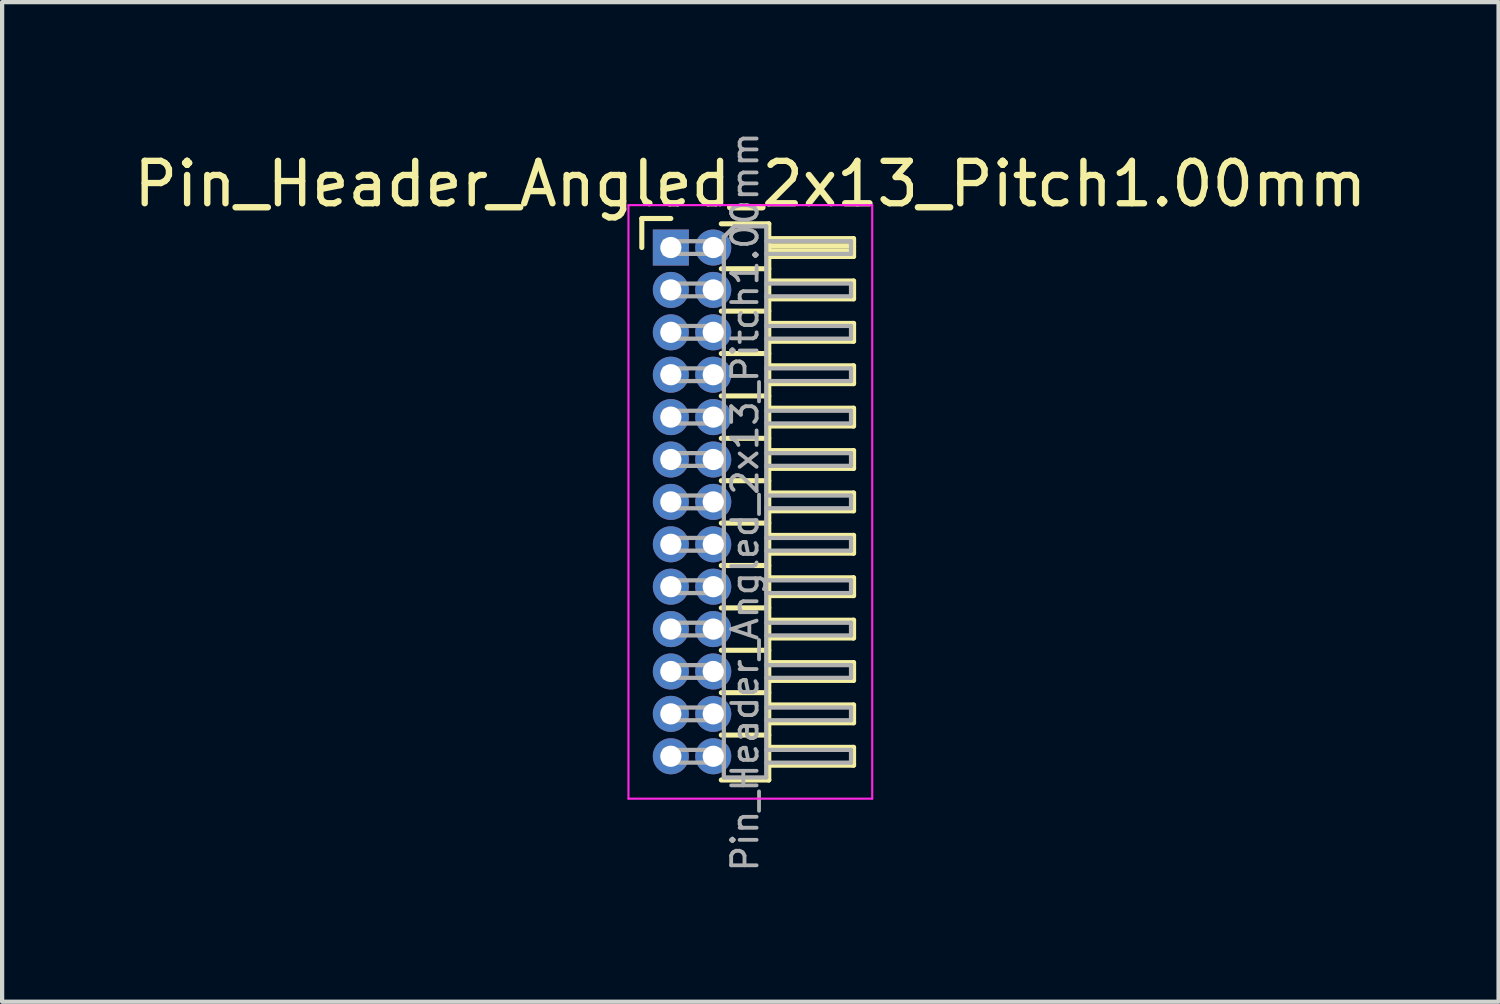
<source format=kicad_pcb>
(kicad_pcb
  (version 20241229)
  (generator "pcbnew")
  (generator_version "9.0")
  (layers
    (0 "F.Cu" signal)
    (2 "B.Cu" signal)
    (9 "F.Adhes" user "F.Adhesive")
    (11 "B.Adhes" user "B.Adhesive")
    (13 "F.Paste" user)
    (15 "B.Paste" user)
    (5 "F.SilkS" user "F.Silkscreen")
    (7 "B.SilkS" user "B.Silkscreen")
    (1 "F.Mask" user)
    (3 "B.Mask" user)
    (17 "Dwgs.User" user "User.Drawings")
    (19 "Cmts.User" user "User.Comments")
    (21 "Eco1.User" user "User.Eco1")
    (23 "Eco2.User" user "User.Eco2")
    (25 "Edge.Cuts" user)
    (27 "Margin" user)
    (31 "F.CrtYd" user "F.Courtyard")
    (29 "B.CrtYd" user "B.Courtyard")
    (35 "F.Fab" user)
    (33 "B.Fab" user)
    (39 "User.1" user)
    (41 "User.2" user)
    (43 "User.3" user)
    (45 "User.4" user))
  (footprint "Pin_Header_Angled_2x13_Pitch1.00mm"
    (layer "F.Cu")
    (at 12.774 2.789)
    (property "Reference" "Pin_Header_Angled_2x13_Pitch1.00mm" (at 1.875 -1.5 0) (layer "F.SilkS") (effects (font (size 1 1) (thickness 0.15))))
    (attr through_hole)
    (fp_line (start -0.685 -0.685) (end 0 -0.685) (stroke (width 0.12) (type solid)) (layer "F.SilkS"))
    (fp_line (start -0.685 0) (end -0.685 -0.685) (stroke (width 0.12) (type solid)) (layer "F.SilkS"))
    (fp_line (start 1.19 -0.56) (end 2.31 -0.56) (stroke (width 0.12) (type solid)) (layer "F.SilkS"))
    (fp_line (start 1.19 0.5) (end 2.31 0.5) (stroke (width 0.12) (type solid)) (layer "F.SilkS"))
    (fp_line (start 1.19 1.5) (end 2.31 1.5) (stroke (width 0.12) (type solid)) (layer "F.SilkS"))
    (fp_line (start 1.19 2.5) (end 2.31 2.5) (stroke (width 0.12) (type solid)) (layer "F.SilkS"))
    (fp_line (start 1.19 3.5) (end 2.31 3.5) (stroke (width 0.12) (type solid)) (layer "F.SilkS"))
    (fp_line (start 1.19 4.5) (end 2.31 4.5) (stroke (width 0.12) (type solid)) (layer "F.SilkS"))
    (fp_line (start 1.19 5.5) (end 2.31 5.5) (stroke (width 0.12) (type solid)) (layer "F.SilkS"))
    (fp_line (start 1.19 6.5) (end 2.31 6.5) (stroke (width 0.12) (type solid)) (layer "F.SilkS"))
    (fp_line (start 1.19 7.5) (end 2.31 7.5) (stroke (width 0.12) (type solid)) (layer "F.SilkS"))
    (fp_line (start 1.19 8.5) (end 2.31 8.5) (stroke (width 0.12) (type solid)) (layer "F.SilkS"))
    (fp_line (start 1.19 9.5) (end 2.31 9.5) (stroke (width 0.12) (type solid)) (layer "F.SilkS"))
    (fp_line (start 1.19 10.5) (end 2.31 10.5) (stroke (width 0.12) (type solid)) (layer "F.SilkS"))
    (fp_line (start 1.19 11.5) (end 2.31 11.5) (stroke (width 0.12) (type solid)) (layer "F.SilkS"))
    (fp_line (start 2.31 -0.56) (end 2.31 12.56) (stroke (width 0.12) (type solid)) (layer "F.SilkS"))
    (fp_line (start 2.31 -0.21) (end 4.31 -0.21) (stroke (width 0.12) (type solid)) (layer "F.SilkS"))
    (fp_line (start 2.31 -0.15) (end 4.31 -0.15) (stroke (width 0.12) (type solid)) (layer "F.SilkS"))
    (fp_line (start 2.31 -0.03) (end 4.31 -0.03) (stroke (width 0.12) (type solid)) (layer "F.SilkS"))
    (fp_line (start 2.31 0.09) (end 4.31 0.09) (stroke (width 0.12) (type solid)) (layer "F.SilkS"))
    (fp_line (start 2.31 0.79) (end 4.31 0.79) (stroke (width 0.12) (type solid)) (layer "F.SilkS"))
    (fp_line (start 2.31 1.79) (end 4.31 1.79) (stroke (width 0.12) (type solid)) (layer "F.SilkS"))
    (fp_line (start 2.31 2.79) (end 4.31 2.79) (stroke (width 0.12) (type solid)) (layer "F.SilkS"))
    (fp_line (start 2.31 3.79) (end 4.31 3.79) (stroke (width 0.12) (type solid)) (layer "F.SilkS"))
    (fp_line (start 2.31 4.79) (end 4.31 4.79) (stroke (width 0.12) (type solid)) (layer "F.SilkS"))
    (fp_line (start 2.31 5.79) (end 4.31 5.79) (stroke (width 0.12) (type solid)) (layer "F.SilkS"))
    (fp_line (start 2.31 6.79) (end 4.31 6.79) (stroke (width 0.12) (type solid)) (layer "F.SilkS"))
    (fp_line (start 2.31 7.79) (end 4.31 7.79) (stroke (width 0.12) (type solid)) (layer "F.SilkS"))
    (fp_line (start 2.31 8.79) (end 4.31 8.79) (stroke (width 0.12) (type solid)) (layer "F.SilkS"))
    (fp_line (start 2.31 9.79) (end 4.31 9.79) (stroke (width 0.12) (type solid)) (layer "F.SilkS"))
    (fp_line (start 2.31 10.79) (end 4.31 10.79) (stroke (width 0.12) (type solid)) (layer "F.SilkS"))
    (fp_line (start 2.31 11.79) (end 4.31 11.79) (stroke (width 0.12) (type solid)) (layer "F.SilkS"))
    (fp_line (start 2.31 12.56) (end 1.19 12.56) (stroke (width 0.12) (type solid)) (layer "F.SilkS"))
    (fp_line (start 4.31 -0.21) (end 4.31 0.21) (stroke (width 0.12) (type solid)) (layer "F.SilkS"))
    (fp_line (start 4.31 0.21) (end 2.31 0.21) (stroke (width 0.12) (type solid)) (layer "F.SilkS"))
    (fp_line (start 4.31 0.79) (end 4.31 1.21) (stroke (width 0.12) (type solid)) (layer "F.SilkS"))
    (fp_line (start 4.31 1.21) (end 2.31 1.21) (stroke (width 0.12) (type solid)) (layer "F.SilkS"))
    (fp_line (start 4.31 1.79) (end 4.31 2.21) (stroke (width 0.12) (type solid)) (layer "F.SilkS"))
    (fp_line (start 4.31 2.21) (end 2.31 2.21) (stroke (width 0.12) (type solid)) (layer "F.SilkS"))
    (fp_line (start 4.31 2.79) (end 4.31 3.21) (stroke (width 0.12) (type solid)) (layer "F.SilkS"))
    (fp_line (start 4.31 3.21) (end 2.31 3.21) (stroke (width 0.12) (type solid)) (layer "F.SilkS"))
    (fp_line (start 4.31 3.79) (end 4.31 4.21) (stroke (width 0.12) (type solid)) (layer "F.SilkS"))
    (fp_line (start 4.31 4.21) (end 2.31 4.21) (stroke (width 0.12) (type solid)) (layer "F.SilkS"))
    (fp_line (start 4.31 4.79) (end 4.31 5.21) (stroke (width 0.12) (type solid)) (layer "F.SilkS"))
    (fp_line (start 4.31 5.21) (end 2.31 5.21) (stroke (width 0.12) (type solid)) (layer "F.SilkS"))
    (fp_line (start 4.31 5.79) (end 4.31 6.21) (stroke (width 0.12) (type solid)) (layer "F.SilkS"))
    (fp_line (start 4.31 6.21) (end 2.31 6.21) (stroke (width 0.12) (type solid)) (layer "F.SilkS"))
    (fp_line (start 4.31 6.79) (end 4.31 7.21) (stroke (width 0.12) (type solid)) (layer "F.SilkS"))
    (fp_line (start 4.31 7.21) (end 2.31 7.21) (stroke (width 0.12) (type solid)) (layer "F.SilkS"))
    (fp_line (start 4.31 7.79) (end 4.31 8.21) (stroke (width 0.12) (type solid)) (layer "F.SilkS"))
    (fp_line (start 4.31 8.21) (end 2.31 8.21) (stroke (width 0.12) (type solid)) (layer "F.SilkS"))
    (fp_line (start 4.31 8.79) (end 4.31 9.21) (stroke (width 0.12) (type solid)) (layer "F.SilkS"))
    (fp_line (start 4.31 9.21) (end 2.31 9.21) (stroke (width 0.12) (type solid)) (layer "F.SilkS"))
    (fp_line (start 4.31 9.79) (end 4.31 10.21) (stroke (width 0.12) (type solid)) (layer "F.SilkS"))
    (fp_line (start 4.31 10.21) (end 2.31 10.21) (stroke (width 0.12) (type solid)) (layer "F.SilkS"))
    (fp_line (start 4.31 10.79) (end 4.31 11.21) (stroke (width 0.12) (type solid)) (layer "F.SilkS"))
    (fp_line (start 4.31 11.21) (end 2.31 11.21) (stroke (width 0.12) (type solid)) (layer "F.SilkS"))
    (fp_line (start 4.31 11.79) (end 4.31 12.21) (stroke (width 0.12) (type solid)) (layer "F.SilkS"))
    (fp_line (start 4.31 12.21) (end 2.31 12.21) (stroke (width 0.12) (type solid)) (layer "F.SilkS"))
    (fp_line (start -1 -1) (end -1 13) (stroke (width 0.05) (type solid)) (layer "F.CrtYd"))
    (fp_line (start -1 13) (end 4.75 13) (stroke (width 0.05) (type solid)) (layer "F.CrtYd"))
    (fp_line (start 4.75 -1) (end -1 -1) (stroke (width 0.05) (type solid)) (layer "F.CrtYd"))
    (fp_line (start 4.75 13) (end 4.75 -1) (stroke (width 0.05) (type solid)) (layer "F.CrtYd"))
    (fp_line (start -0.15 -0.15) (end -0.15 0.15) (stroke (width 0.1) (type solid)) (layer "F.Fab"))
    (fp_line (start -0.15 -0.15) (end 1.25 -0.15) (stroke (width 0.1) (type solid)) (layer "F.Fab"))
    (fp_line (start -0.15 0.15) (end 1.25 0.15) (stroke (width 0.1) (type solid)) (layer "F.Fab"))
    (fp_line (start -0.15 0.85) (end -0.15 1.15) (stroke (width 0.1) (type solid)) (layer "F.Fab"))
    (fp_line (start -0.15 0.85) (end 1.25 0.85) (stroke (width 0.1) (type solid)) (layer "F.Fab"))
    (fp_line (start -0.15 1.15) (end 1.25 1.15) (stroke (width 0.1) (type solid)) (layer "F.Fab"))
    (fp_line (start -0.15 1.85) (end -0.15 2.15) (stroke (width 0.1) (type solid)) (layer "F.Fab"))
    (fp_line (start -0.15 1.85) (end 1.25 1.85) (stroke (width 0.1) (type solid)) (layer "F.Fab"))
    (fp_line (start -0.15 2.15) (end 1.25 2.15) (stroke (width 0.1) (type solid)) (layer "F.Fab"))
    (fp_line (start -0.15 2.85) (end -0.15 3.15) (stroke (width 0.1) (type solid)) (layer "F.Fab"))
    (fp_line (start -0.15 2.85) (end 1.25 2.85) (stroke (width 0.1) (type solid)) (layer "F.Fab"))
    (fp_line (start -0.15 3.15) (end 1.25 3.15) (stroke (width 0.1) (type solid)) (layer "F.Fab"))
    (fp_line (start -0.15 3.85) (end -0.15 4.15) (stroke (width 0.1) (type solid)) (layer "F.Fab"))
    (fp_line (start -0.15 3.85) (end 1.25 3.85) (stroke (width 0.1) (type solid)) (layer "F.Fab"))
    (fp_line (start -0.15 4.15) (end 1.25 4.15) (stroke (width 0.1) (type solid)) (layer "F.Fab"))
    (fp_line (start -0.15 4.85) (end -0.15 5.15) (stroke (width 0.1) (type solid)) (layer "F.Fab"))
    (fp_line (start -0.15 4.85) (end 1.25 4.85) (stroke (width 0.1) (type solid)) (layer "F.Fab"))
    (fp_line (start -0.15 5.15) (end 1.25 5.15) (stroke (width 0.1) (type solid)) (layer "F.Fab"))
    (fp_line (start -0.15 5.85) (end -0.15 6.15) (stroke (width 0.1) (type solid)) (layer "F.Fab"))
    (fp_line (start -0.15 5.85) (end 1.25 5.85) (stroke (width 0.1) (type solid)) (layer "F.Fab"))
    (fp_line (start -0.15 6.15) (end 1.25 6.15) (stroke (width 0.1) (type solid)) (layer "F.Fab"))
    (fp_line (start -0.15 6.85) (end -0.15 7.15) (stroke (width 0.1) (type solid)) (layer "F.Fab"))
    (fp_line (start -0.15 6.85) (end 1.25 6.85) (stroke (width 0.1) (type solid)) (layer "F.Fab"))
    (fp_line (start -0.15 7.15) (end 1.25 7.15) (stroke (width 0.1) (type solid)) (layer "F.Fab"))
    (fp_line (start -0.15 7.85) (end -0.15 8.15) (stroke (width 0.1) (type solid)) (layer "F.Fab"))
    (fp_line (start -0.15 7.85) (end 1.25 7.85) (stroke (width 0.1) (type solid)) (layer "F.Fab"))
    (fp_line (start -0.15 8.15) (end 1.25 8.15) (stroke (width 0.1) (type solid)) (layer "F.Fab"))
    (fp_line (start -0.15 8.85) (end -0.15 9.15) (stroke (width 0.1) (type solid)) (layer "F.Fab"))
    (fp_line (start -0.15 8.85) (end 1.25 8.85) (stroke (width 0.1) (type solid)) (layer "F.Fab"))
    (fp_line (start -0.15 9.15) (end 1.25 9.15) (stroke (width 0.1) (type solid)) (layer "F.Fab"))
    (fp_line (start -0.15 9.85) (end -0.15 10.15) (stroke (width 0.1) (type solid)) (layer "F.Fab"))
    (fp_line (start -0.15 9.85) (end 1.25 9.85) (stroke (width 0.1) (type solid)) (layer "F.Fab"))
    (fp_line (start -0.15 10.15) (end 1.25 10.15) (stroke (width 0.1) (type solid)) (layer "F.Fab"))
    (fp_line (start -0.15 10.85) (end -0.15 11.15) (stroke (width 0.1) (type solid)) (layer "F.Fab"))
    (fp_line (start -0.15 10.85) (end 1.25 10.85) (stroke (width 0.1) (type solid)) (layer "F.Fab"))
    (fp_line (start -0.15 11.15) (end 1.25 11.15) (stroke (width 0.1) (type solid)) (layer "F.Fab"))
    (fp_line (start -0.15 11.85) (end -0.15 12.15) (stroke (width 0.1) (type solid)) (layer "F.Fab"))
    (fp_line (start -0.15 11.85) (end 1.25 11.85) (stroke (width 0.1) (type solid)) (layer "F.Fab"))
    (fp_line (start -0.15 12.15) (end 1.25 12.15) (stroke (width 0.1) (type solid)) (layer "F.Fab"))
    (fp_line (start 1.25 -0.25) (end 1.5 -0.5) (stroke (width 0.1) (type solid)) (layer "F.Fab"))
    (fp_line (start 1.25 12.5) (end 1.25 -0.25) (stroke (width 0.1) (type solid)) (layer "F.Fab"))
    (fp_line (start 1.5 -0.5) (end 2.25 -0.5) (stroke (width 0.1) (type solid)) (layer "F.Fab"))
    (fp_line (start 2.25 -0.5) (end 2.25 12.5) (stroke (width 0.1) (type solid)) (layer "F.Fab"))
    (fp_line (start 2.25 -0.15) (end 4.25 -0.15) (stroke (width 0.1) (type solid)) (layer "F.Fab"))
    (fp_line (start 2.25 0.15) (end 4.25 0.15) (stroke (width 0.1) (type solid)) (layer "F.Fab"))
    (fp_line (start 2.25 0.85) (end 4.25 0.85) (stroke (width 0.1) (type solid)) (layer "F.Fab"))
    (fp_line (start 2.25 1.15) (end 4.25 1.15) (stroke (width 0.1) (type solid)) (layer "F.Fab"))
    (fp_line (start 2.25 1.85) (end 4.25 1.85) (stroke (width 0.1) (type solid)) (layer "F.Fab"))
    (fp_line (start 2.25 2.15) (end 4.25 2.15) (stroke (width 0.1) (type solid)) (layer "F.Fab"))
    (fp_line (start 2.25 2.85) (end 4.25 2.85) (stroke (width 0.1) (type solid)) (layer "F.Fab"))
    (fp_line (start 2.25 3.15) (end 4.25 3.15) (stroke (width 0.1) (type solid)) (layer "F.Fab"))
    (fp_line (start 2.25 3.85) (end 4.25 3.85) (stroke (width 0.1) (type solid)) (layer "F.Fab"))
    (fp_line (start 2.25 4.15) (end 4.25 4.15) (stroke (width 0.1) (type solid)) (layer "F.Fab"))
    (fp_line (start 2.25 4.85) (end 4.25 4.85) (stroke (width 0.1) (type solid)) (layer "F.Fab"))
    (fp_line (start 2.25 5.15) (end 4.25 5.15) (stroke (width 0.1) (type solid)) (layer "F.Fab"))
    (fp_line (start 2.25 5.85) (end 4.25 5.85) (stroke (width 0.1) (type solid)) (layer "F.Fab"))
    (fp_line (start 2.25 6.15) (end 4.25 6.15) (stroke (width 0.1) (type solid)) (layer "F.Fab"))
    (fp_line (start 2.25 6.85) (end 4.25 6.85) (stroke (width 0.1) (type solid)) (layer "F.Fab"))
    (fp_line (start 2.25 7.15) (end 4.25 7.15) (stroke (width 0.1) (type solid)) (layer "F.Fab"))
    (fp_line (start 2.25 7.85) (end 4.25 7.85) (stroke (width 0.1) (type solid)) (layer "F.Fab"))
    (fp_line (start 2.25 8.15) (end 4.25 8.15) (stroke (width 0.1) (type solid)) (layer "F.Fab"))
    (fp_line (start 2.25 8.85) (end 4.25 8.85) (stroke (width 0.1) (type solid)) (layer "F.Fab"))
    (fp_line (start 2.25 9.15) (end 4.25 9.15) (stroke (width 0.1) (type solid)) (layer "F.Fab"))
    (fp_line (start 2.25 9.85) (end 4.25 9.85) (stroke (width 0.1) (type solid)) (layer "F.Fab"))
    (fp_line (start 2.25 10.15) (end 4.25 10.15) (stroke (width 0.1) (type solid)) (layer "F.Fab"))
    (fp_line (start 2.25 10.85) (end 4.25 10.85) (stroke (width 0.1) (type solid)) (layer "F.Fab"))
    (fp_line (start 2.25 11.15) (end 4.25 11.15) (stroke (width 0.1) (type solid)) (layer "F.Fab"))
    (fp_line (start 2.25 11.85) (end 4.25 11.85) (stroke (width 0.1) (type solid)) (layer "F.Fab"))
    (fp_line (start 2.25 12.15) (end 4.25 12.15) (stroke (width 0.1) (type solid)) (layer "F.Fab"))
    (fp_line (start 2.25 12.5) (end 1.25 12.5) (stroke (width 0.1) (type solid)) (layer "F.Fab"))
    (fp_line (start 4.25 -0.15) (end 4.25 0.15) (stroke (width 0.1) (type solid)) (layer "F.Fab"))
    (fp_line (start 4.25 0.85) (end 4.25 1.15) (stroke (width 0.1) (type solid)) (layer "F.Fab"))
    (fp_line (start 4.25 1.85) (end 4.25 2.15) (stroke (width 0.1) (type solid)) (layer "F.Fab"))
    (fp_line (start 4.25 2.85) (end 4.25 3.15) (stroke (width 0.1) (type solid)) (layer "F.Fab"))
    (fp_line (start 4.25 3.85) (end 4.25 4.15) (stroke (width 0.1) (type solid)) (layer "F.Fab"))
    (fp_line (start 4.25 4.85) (end 4.25 5.15) (stroke (width 0.1) (type solid)) (layer "F.Fab"))
    (fp_line (start 4.25 5.85) (end 4.25 6.15) (stroke (width 0.1) (type solid)) (layer "F.Fab"))
    (fp_line (start 4.25 6.85) (end 4.25 7.15) (stroke (width 0.1) (type solid)) (layer "F.Fab"))
    (fp_line (start 4.25 7.85) (end 4.25 8.15) (stroke (width 0.1) (type solid)) (layer "F.Fab"))
    (fp_line (start 4.25 8.85) (end 4.25 9.15) (stroke (width 0.1) (type solid)) (layer "F.Fab"))
    (fp_line (start 4.25 9.85) (end 4.25 10.15) (stroke (width 0.1) (type solid)) (layer "F.Fab"))
    (fp_line (start 4.25 10.85) (end 4.25 11.15) (stroke (width 0.1) (type solid)) (layer "F.Fab"))
    (fp_line (start 4.25 11.85) (end 4.25 12.15) (stroke (width 0.1) (type solid)) (layer "F.Fab"))
    (fp_text user "${REFERENCE}" (at 1.75 6 90) (layer "F.Fab") (effects (font (size 0.6 0.6) (thickness 0.09))))
    (pad "1" thru_hole rect (at 0 0) (size 0.85 0.85) (drill 0.5) (layers "*.Cu" "*.Mask"))
    (pad "2" thru_hole oval (at 1 0) (size 0.85 0.85) (drill 0.5) (layers "*.Cu" "*.Mask"))
    (pad "3" thru_hole oval (at 0 1) (size 0.85 0.85) (drill 0.5) (layers "*.Cu" "*.Mask"))
    (pad "4" thru_hole oval (at 1 1) (size 0.85 0.85) (drill 0.5) (layers "*.Cu" "*.Mask"))
    (pad "5" thru_hole oval (at 0 2) (size 0.85 0.85) (drill 0.5) (layers "*.Cu" "*.Mask"))
    (pad "6" thru_hole oval (at 1 2) (size 0.85 0.85) (drill 0.5) (layers "*.Cu" "*.Mask"))
    (pad "7" thru_hole oval (at 0 3) (size 0.85 0.85) (drill 0.5) (layers "*.Cu" "*.Mask"))
    (pad "8" thru_hole oval (at 1 3) (size 0.85 0.85) (drill 0.5) (layers "*.Cu" "*.Mask"))
    (pad "9" thru_hole oval (at 0 4) (size 0.85 0.85) (drill 0.5) (layers "*.Cu" "*.Mask"))
    (pad "10" thru_hole oval (at 1 4) (size 0.85 0.85) (drill 0.5) (layers "*.Cu" "*.Mask"))
    (pad "11" thru_hole oval (at 0 5) (size 0.85 0.85) (drill 0.5) (layers "*.Cu" "*.Mask"))
    (pad "12" thru_hole oval (at 1 5) (size 0.85 0.85) (drill 0.5) (layers "*.Cu" "*.Mask"))
    (pad "13" thru_hole oval (at 0 6) (size 0.85 0.85) (drill 0.5) (layers "*.Cu" "*.Mask"))
    (pad "14" thru_hole oval (at 1 6) (size 0.85 0.85) (drill 0.5) (layers "*.Cu" "*.Mask"))
    (pad "15" thru_hole oval (at 0 7) (size 0.85 0.85) (drill 0.5) (layers "*.Cu" "*.Mask"))
    (pad "16" thru_hole oval (at 1 7) (size 0.85 0.85) (drill 0.5) (layers "*.Cu" "*.Mask"))
    (pad "17" thru_hole oval (at 0 8) (size 0.85 0.85) (drill 0.5) (layers "*.Cu" "*.Mask"))
    (pad "18" thru_hole oval (at 1 8) (size 0.85 0.85) (drill 0.5) (layers "*.Cu" "*.Mask"))
    (pad "19" thru_hole oval (at 0 9) (size 0.85 0.85) (drill 0.5) (layers "*.Cu" "*.Mask"))
    (pad "20" thru_hole oval (at 1 9) (size 0.85 0.85) (drill 0.5) (layers "*.Cu" "*.Mask"))
    (pad "21" thru_hole oval (at 0 10) (size 0.85 0.85) (drill 0.5) (layers "*.Cu" "*.Mask"))
    (pad "22" thru_hole oval (at 1 10) (size 0.85 0.85) (drill 0.5) (layers "*.Cu" "*.Mask"))
    (pad "23" thru_hole oval (at 0 11) (size 0.85 0.85) (drill 0.5) (layers "*.Cu" "*.Mask"))
    (pad "24" thru_hole oval (at 1 11) (size 0.85 0.85) (drill 0.5) (layers "*.Cu" "*.Mask"))
    (pad "25" thru_hole oval (at 0 12) (size 0.85 0.85) (drill 0.5) (layers "*.Cu" "*.Mask"))
    (pad "26" thru_hole oval (at 1 12) (size 0.85 0.85) (drill 0.5) (layers "*.Cu" "*.Mask")))
  (gr_rect
    (start -3 -3)
    (end 32.298 20.579)
    (stroke (width 0.1) (type default))
    (fill no)
    (layer "Edge.Cuts")))
</source>
